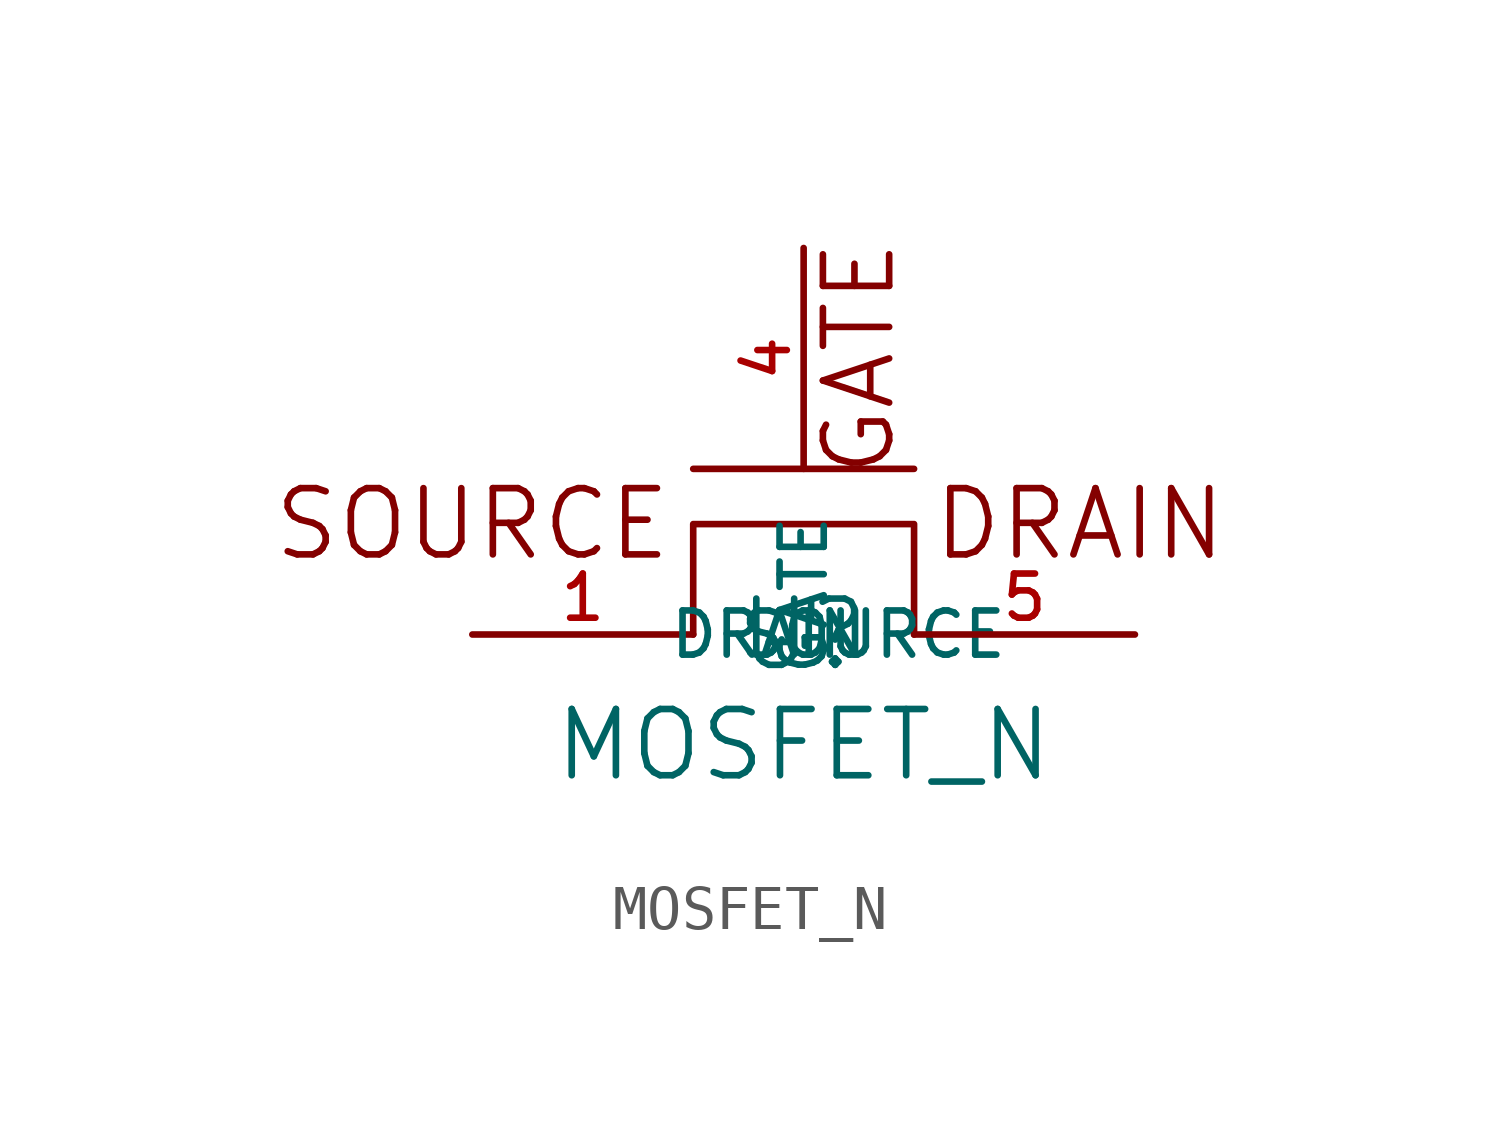
<source format=kicad_sym>
(kicad_symbol_lib
  (version 20231120)
  (generator "kicad_symbol_editor")
  (generator_version "8.0")
  (symbol "MOSFET_N"
    (pin_names
      (offset 1.016))
    (property "Reference" "U"
      (at 0 2.54 0)
      (effects (font (size 1.524 1.524))))
    (property "Value" "MOSFET_N"
      (at 0 0 0)
      (effects (font (size 1.524 1.524))))
    (property "Footprint" ""
      (at 0 -1.27 0)
      (effects (font (size 1.524 1.524))))
    (property "Datasheet" ""
      (at 0 -1.27 0)
      (effects (font (size 1.524 1.524))))
    (symbol "MOSFET_N_0_0"
      (text "DRAIN" (at 6.35 5.08 0) (effects (font (size 1.524 1.524))))
      (text "GATE" (at 1.27 8.89 900) (effects (font (size 1.524 1.524))))
      (text "SOURCE" (at -7.62 5.08 0) (effects (font (size 1.524 1.524)))))
    (symbol "MOSFET_N_0_1"
      (polyline (pts (xy 2.54 6.35) (xy -2.54 6.35)) (stroke (width 0) (type default)) (fill (type none)))
      (polyline (pts (xy -2.54 2.54) (xy -2.54 5.08) (xy 2.54 5.08) (xy 2.54 2.54)) (stroke (width 0) (type default)) (fill (type none))))
    (symbol "MOSFET_N_1_1"
      (pin input line (at -7.62 2.54 0) (length 5.08) (name "SOURCE" (effects (font (size 1.016 1.016)))) (number "1" (effects (font (size 1.016 1.016)))))
      (pin input line (at -7.62 2.54 0) (length 5.08) hide (name "SOURCE" (effects (font (size 1.016 1.016)))) (number "2" (effects (font (size 1.016 1.016)))))
      (pin input line (at -7.62 2.54 0) (length 5.08) hide (name "SOURCE" (effects (font (size 1.016 1.016)))) (number "3" (effects (font (size 1.016 1.016)))))
      (pin input line (at 0 11.43 270) (length 5.08) (name "GATE" (effects (font (size 1.016 1.016)))) (number "4" (effects (font (size 1.016 1.016)))))
      (pin output line (at 7.62 2.54 180) (length 5.08) (name "DRAIN" (effects (font (size 1.016 1.016)))) (number "5" (effects (font (size 1.016 1.016))))))))
</source>
